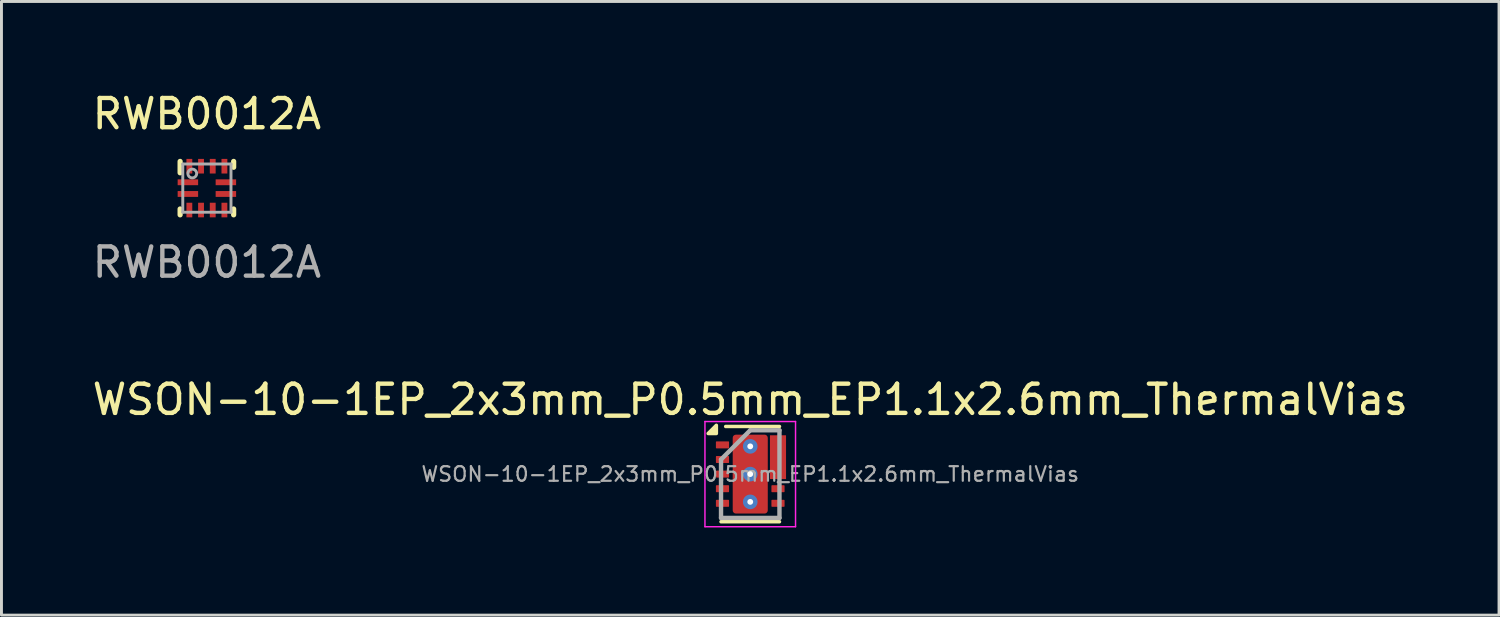
<source format=kicad_pcb>
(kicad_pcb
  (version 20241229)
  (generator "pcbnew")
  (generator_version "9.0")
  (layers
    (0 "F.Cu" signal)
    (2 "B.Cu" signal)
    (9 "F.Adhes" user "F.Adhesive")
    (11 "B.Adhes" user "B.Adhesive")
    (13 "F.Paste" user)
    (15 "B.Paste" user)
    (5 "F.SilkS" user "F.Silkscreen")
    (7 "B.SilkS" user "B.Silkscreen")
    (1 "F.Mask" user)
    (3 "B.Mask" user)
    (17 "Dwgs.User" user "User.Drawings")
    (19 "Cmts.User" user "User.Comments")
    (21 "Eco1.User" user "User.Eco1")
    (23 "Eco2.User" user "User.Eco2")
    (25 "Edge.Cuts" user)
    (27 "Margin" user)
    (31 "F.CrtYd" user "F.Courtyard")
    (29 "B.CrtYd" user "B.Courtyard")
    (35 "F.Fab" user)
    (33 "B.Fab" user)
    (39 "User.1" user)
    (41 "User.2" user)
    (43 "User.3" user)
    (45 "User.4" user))
  (footprint "WSON-10-1EP_2x3mm_P0.5mm_EP1.1x2.6mm_ThermalVias"
    (layer "F.Cu")
    (at 22.625 13.175)
    (property "Reference" "WSON-10-1EP_2x3mm_P0.5mm_EP1.1x2.6mm_ThermalVias" (at 0 -2.55 0) (layer "F.SilkS") (effects (font (size 1 1) (thickness 0.15))))
    (attr smd)
    (fp_poly (pts (arc (start 1.215 0.17) (mid 1.222071 0.167071) (end 1.225 0.16)) (arc (start 1.225 -1.32) (mid 1.222071 -1.327071) (end 1.215 -1.33)) (arc (start 0.685 -1.33) (mid 0.677929 -1.327071) (end 0.675 -1.32)) (arc (start 0.675 0.16) (mid 0.677929 0.167071) (end 0.685 0.17))) (stroke (width 0) (type solid)) (fill yes) (layer "F.Cu"))
    (fp_poly (pts (xy 0.725 -1.044) (xy 0.725 -0.133) (xy 0.85 -0.133) (xy 0.85 -1.044)) (stroke (width 0) (type solid)) (fill yes) (layer "F.Mask"))
    (fp_line (start -1 1.63) (end 1 1.63) (stroke (width 0.12) (type solid)) (layer "F.SilkS"))
    (fp_line (start -0.84 -1.63) (end 1 -1.63) (stroke (width 0.12) (type solid)) (layer "F.SilkS"))
    (fp_poly (pts (xy -1.16 -1.39) (xy -1.44 -1.39) (xy -1.16 -1.67) (xy -1.16 -1.39)) (stroke (width 0.12) (type solid)) (fill yes) (layer "F.SilkS"))
    (fp_line (start -1.55 -1.8) (end -1.55 1.8) (stroke (width 0.05) (type solid)) (layer "F.CrtYd"))
    (fp_line (start -1.55 -1.8) (end 1.55 -1.8) (stroke (width 0.05) (type solid)) (layer "F.CrtYd"))
    (fp_line (start -1.55 1.8) (end 1.55 1.8) (stroke (width 0.05) (type solid)) (layer "F.CrtYd"))
    (fp_line (start 1.55 -1.8) (end 1.55 1.8) (stroke (width 0.05) (type solid)) (layer "F.CrtYd"))
    (fp_line (start -1 -0.5) (end 0 -1.5) (stroke (width 0.15) (type solid)) (layer "F.Fab"))
    (fp_line (start -1 1.5) (end -1 -0.5) (stroke (width 0.15) (type solid)) (layer "F.Fab"))
    (fp_line (start 0 -1.5) (end 1 -1.5) (stroke (width 0.15) (type solid)) (layer "F.Fab"))
    (fp_line (start 1 -1.5) (end 1 1.5) (stroke (width 0.15) (type solid)) (layer "F.Fab"))
    (fp_line (start 1 1.5) (end -1 1.5) (stroke (width 0.15) (type solid)) (layer "F.Fab"))
    (fp_text user "${REFERENCE}" (at 0 0 0) (layer "F.Fab") (effects (font (size 0.5 0.5) (thickness 0.075))))
    (pad "" smd roundrect (at -0.002 -0.689) (size 1.038 1.148) (layers "F.Paste") (roundrect_rratio 0.104))
    (pad "" smd roundrect (at -0.002 0.678) (size 1.038 1.148) (layers "F.Paste") (roundrect_rratio 0.154))
    (pad "1" smd roundrect (at -0.95 -1) (size 0.45 0.24) (layers "F.Cu" "F.Mask" "F.Paste") (roundrect_rratio 0.1))
    (pad "2" smd roundrect (at -0.95 -0.5) (size 0.45 0.24) (layers "F.Cu" "F.Mask" "F.Paste") (roundrect_rratio 0.1))
    (pad "3" smd roundrect (at -0.95 0) (size 0.45 0.24) (layers "F.Cu" "F.Mask" "F.Paste") (roundrect_rratio 0.1))
    (pad "4" smd roundrect (at -0.95 0.5) (size 0.45 0.24) (layers "F.Cu" "F.Mask" "F.Paste") (roundrect_rratio 0.1))
    (pad "5" smd roundrect (at -0.95 1) (size 0.45 0.24) (layers "F.Cu" "F.Mask" "F.Paste") (roundrect_rratio 0.1))
    (pad "6" smd roundrect (at 0.95 1) (size 0.45 0.24) (layers "F.Cu" "F.Mask" "F.Paste") (roundrect_rratio 0.1))
    (pad "7" smd roundrect (at 0.95 0.5) (size 0.45 0.24) (layers "F.Cu" "F.Mask" "F.Paste") (roundrect_rratio 0.1))
    (pad "8" smd roundrect (at 0.95 -0.02) (size 0.45 0.28) (layers "F.Cu" "F.Mask" "F.Paste") (roundrect_rratio 0.1))
    (pad "9" smd roundrect (at 0.95 -0.58) (size 0.45 0.28) (layers "F.Cu" "F.Mask" "F.Paste") (roundrect_rratio 0.1))
    (pad "10" smd roundrect (at 0.95 -1.14) (size 0.45 0.28) (layers "F.Cu" "F.Mask" "F.Paste") (roundrect_rratio 0.1))
    (pad "11" thru_hole circle (at 0 -0.95) (size 0.5 0.5) (drill 0.2) (layers "*.Cu" "F.Mask"))
    (pad "11" thru_hole circle (at 0 0) (size 0.5 0.5) (drill 0.2) (layers "*.Cu" "F.Mask"))
    (pad "11" smd roundrect (at 0 0) (size 1.2 2.7) (layers "F.Cu" "F.Mask") (roundrect_rratio 0.091))
    (pad "11" thru_hole circle (at 0 0.95) (size 0.5 0.5) (drill 0.2) (layers "*.Cu" "F.Mask")))
  (footprint "RWB0012A"
    (layer "F.Cu")
    (at 4.03 3.388)
    (property "Reference" "RWB0012A" (at 0 -2.54 0) (unlocked yes) (layer "F.SilkS") (effects (font (size 1 1) (thickness 0.15))))
    (attr smd)
    (fp_line (start -0.916 -0.525) (end -0.916 -0.914) (stroke (width 0.178) (type solid)) (layer "F.SilkS"))
    (fp_line (start -0.916 0.914) (end -0.916 0.714) (stroke (width 0.178) (type solid)) (layer "F.SilkS"))
    (fp_line (start 0.916 -0.714) (end 0.916 -0.914) (stroke (width 0.178) (type solid)) (layer "F.SilkS"))
    (fp_line (start 0.916 0.914) (end 0.916 0.714) (stroke (width 0.178) (type solid)) (layer "F.SilkS"))
    (fp_line (start -0.825 -0.825) (end 0.825 -0.825) (stroke (width 0.1) (type solid)) (layer "F.Fab"))
    (fp_line (start -0.825 0.825) (end -0.825 -0.825) (stroke (width 0.1) (type solid)) (layer "F.Fab"))
    (fp_line (start -0.825 0.825) (end 0.825 0.825) (stroke (width 0.1) (type solid)) (layer "F.Fab"))
    (fp_line (start 0.825 0.825) (end 0.825 -0.825) (stroke (width 0.1) (type solid)) (layer "F.Fab"))
    (fp_circle (center -0.5 -0.5) (end -0.35 -0.5) (stroke (width 0.1) (type solid)) (fill no) (layer "F.Fab"))
    (fp_text user "${REFERENCE}" (at 0 2.54 0) (unlocked yes) (layer "F.Fab") (effects (font (size 1 1) (thickness 0.15))))
    (pad "1" smd rect (at -0.65 -0.2) (size 0.7 0.2) (layers "F.Cu" "F.Mask"))
    (pad "2" smd rect (at -0.65 0.2) (size 0.7 0.2) (layers "F.Cu" "F.Mask"))
    (pad "3" smd rect (at -0.6 0.75 90) (size 0.5 0.2) (layers "F.Cu" "F.Mask" "F.Paste"))
    (pad "4" smd rect (at -0.2 0.75 90) (size 0.5 0.2) (layers "F.Cu" "F.Mask" "F.Paste"))
    (pad "5" smd rect (at 0.2 0.75 90) (size 0.5 0.2) (layers "F.Cu" "F.Mask" "F.Paste"))
    (pad "6" smd rect (at 0.6 0.75 90) (size 0.5 0.2) (layers "F.Cu" "F.Mask" "F.Paste"))
    (pad "7" smd rect (at 0.65 0.2) (size 0.7 0.2) (layers "F.Cu" "F.Mask"))
    (pad "8" smd rect (at 0.65 -0.2) (size 0.7 0.2) (layers "F.Cu" "F.Mask"))
    (pad "9" smd rect (at 0.6 -0.75 90) (size 0.5 0.2) (layers "F.Cu" "F.Mask" "F.Paste"))
    (pad "10" smd rect (at 0.2 -0.75 90) (size 0.5 0.2) (layers "F.Cu" "F.Mask" "F.Paste"))
    (pad "11" smd rect (at -0.2 -0.75 90) (size 0.5 0.2) (layers "F.Cu" "F.Mask" "F.Paste"))
    (pad "12" smd rect (at -0.6 -0.75 90) (size 0.5 0.2) (layers "F.Cu" "F.Mask" "F.Paste")))
  (gr_rect
    (start -3 -3)
    (end 48.25 18)
    (stroke (width 0.1) (type default))
    (fill no)
    (layer "Edge.Cuts")))
</source>
